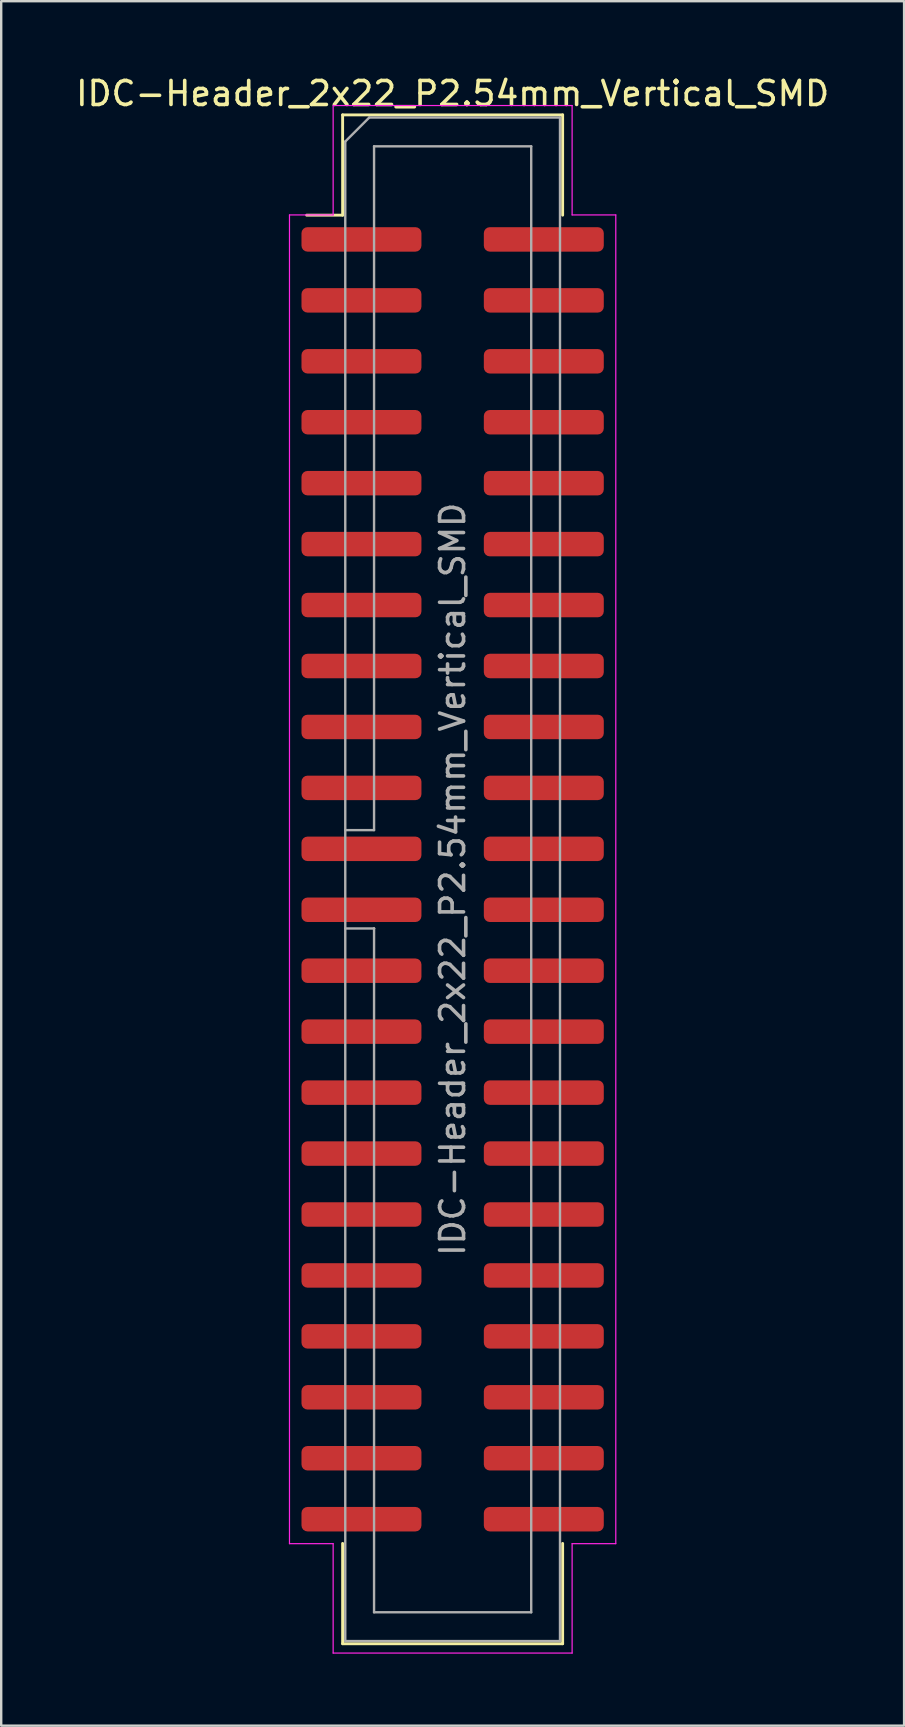
<source format=kicad_pcb>
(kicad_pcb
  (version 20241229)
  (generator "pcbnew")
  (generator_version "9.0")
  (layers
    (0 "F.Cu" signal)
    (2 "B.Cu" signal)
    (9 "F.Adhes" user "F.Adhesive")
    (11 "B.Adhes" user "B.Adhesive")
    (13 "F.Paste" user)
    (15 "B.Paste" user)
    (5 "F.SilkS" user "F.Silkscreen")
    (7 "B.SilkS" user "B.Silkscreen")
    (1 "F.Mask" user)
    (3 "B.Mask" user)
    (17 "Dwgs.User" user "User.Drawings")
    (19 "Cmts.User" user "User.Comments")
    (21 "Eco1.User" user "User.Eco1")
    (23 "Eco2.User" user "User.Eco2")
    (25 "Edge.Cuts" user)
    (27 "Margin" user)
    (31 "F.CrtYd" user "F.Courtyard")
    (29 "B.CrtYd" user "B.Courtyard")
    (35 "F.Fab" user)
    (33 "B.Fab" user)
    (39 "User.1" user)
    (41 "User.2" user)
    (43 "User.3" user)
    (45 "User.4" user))
  (footprint "IDC-Header_2x22_P2.54mm_Vertical_SMD"
    (layer "F.Cu")
    (at 15.815 33.598)
    (property "Reference" "IDC-Header_2x22_P2.54mm_Vertical_SMD" (at 0 -32.75 0) (layer "F.SilkS") (effects (font (size 1 1) (thickness 0.15))))
    (attr smd)
    (fp_line (start -4.585 -31.86) (end 4.585 -31.86) (stroke (width 0.12) (type solid)) (layer "F.SilkS"))
    (fp_line (start -4.585 -27.68) (end -6.085 -27.68) (stroke (width 0.12) (type solid)) (layer "F.SilkS"))
    (fp_line (start -4.585 -27.68) (end -4.585 -31.86) (stroke (width 0.12) (type solid)) (layer "F.SilkS"))
    (fp_line (start -4.585 27.68) (end -4.585 31.86) (stroke (width 0.12) (type solid)) (layer "F.SilkS"))
    (fp_line (start -4.585 31.86) (end 4.585 31.86) (stroke (width 0.12) (type solid)) (layer "F.SilkS"))
    (fp_line (start 4.585 -31.86) (end 4.585 -27.68) (stroke (width 0.12) (type solid)) (layer "F.SilkS"))
    (fp_line (start 4.585 31.86) (end 4.585 27.68) (stroke (width 0.12) (type solid)) (layer "F.SilkS"))
    (fp_line (start -6.8 -27.69) (end -6.8 27.69) (stroke (width 0.05) (type solid)) (layer "F.CrtYd"))
    (fp_line (start -6.8 27.69) (end -4.98 27.69) (stroke (width 0.05) (type solid)) (layer "F.CrtYd"))
    (fp_line (start -4.98 -32.25) (end -4.98 -27.69) (stroke (width 0.05) (type solid)) (layer "F.CrtYd"))
    (fp_line (start -4.98 -27.69) (end -6.8 -27.69) (stroke (width 0.05) (type solid)) (layer "F.CrtYd"))
    (fp_line (start -4.98 27.69) (end -4.98 32.25) (stroke (width 0.05) (type solid)) (layer "F.CrtYd"))
    (fp_line (start -4.98 32.25) (end 4.98 32.25) (stroke (width 0.05) (type solid)) (layer "F.CrtYd"))
    (fp_line (start 4.98 -32.25) (end -4.98 -32.25) (stroke (width 0.05) (type solid)) (layer "F.CrtYd"))
    (fp_line (start 4.98 -27.69) (end 4.98 -32.25) (stroke (width 0.05) (type solid)) (layer "F.CrtYd"))
    (fp_line (start 4.98 27.69) (end 6.8 27.69) (stroke (width 0.05) (type solid)) (layer "F.CrtYd"))
    (fp_line (start 4.98 32.25) (end 4.98 27.69) (stroke (width 0.05) (type solid)) (layer "F.CrtYd"))
    (fp_line (start 6.8 -27.69) (end 4.98 -27.69) (stroke (width 0.05) (type solid)) (layer "F.CrtYd"))
    (fp_line (start 6.8 27.69) (end 6.8 -27.69) (stroke (width 0.05) (type solid)) (layer "F.CrtYd"))
    (fp_line (start -4.475 -30.75) (end -3.475 -31.75) (stroke (width 0.1) (type solid)) (layer "F.Fab"))
    (fp_line (start -4.475 -2.05) (end -3.275 -2.05) (stroke (width 0.1) (type solid)) (layer "F.Fab"))
    (fp_line (start -4.475 31.75) (end -4.475 -30.75) (stroke (width 0.1) (type solid)) (layer "F.Fab"))
    (fp_line (start -3.475 -31.75) (end 4.475 -31.75) (stroke (width 0.1) (type solid)) (layer "F.Fab"))
    (fp_line (start -3.275 -30.55) (end 3.275 -30.55) (stroke (width 0.1) (type solid)) (layer "F.Fab"))
    (fp_line (start -3.275 -2.05) (end -3.275 -30.55) (stroke (width 0.1) (type solid)) (layer "F.Fab"))
    (fp_line (start -3.275 2.05) (end -4.475 2.05) (stroke (width 0.1) (type solid)) (layer "F.Fab"))
    (fp_line (start -3.275 2.05) (end -3.275 2.05) (stroke (width 0.1) (type solid)) (layer "F.Fab"))
    (fp_line (start -3.275 30.55) (end -3.275 2.05) (stroke (width 0.1) (type solid)) (layer "F.Fab"))
    (fp_line (start 3.275 -30.55) (end 3.275 30.55) (stroke (width 0.1) (type solid)) (layer "F.Fab"))
    (fp_line (start 3.275 30.55) (end -3.275 30.55) (stroke (width 0.1) (type solid)) (layer "F.Fab"))
    (fp_line (start 4.475 -31.75) (end 4.475 31.75) (stroke (width 0.1) (type solid)) (layer "F.Fab"))
    (fp_line (start 4.475 31.75) (end -4.475 31.75) (stroke (width 0.1) (type solid)) (layer "F.Fab"))
    (fp_text user "${REFERENCE}" (at 0 0 90) (layer "F.Fab") (effects (font (size 1 1) (thickness 0.15))))
    (pad "1" smd roundrect (at -3.8 -26.67) (size 5 1.02) (layers "F.Cu" "F.Mask" "F.Paste") (roundrect_rratio 0.245))
    (pad "2" smd roundrect (at 3.8 -26.67) (size 5 1.02) (layers "F.Cu" "F.Mask" "F.Paste") (roundrect_rratio 0.245))
    (pad "3" smd roundrect (at -3.8 -24.13) (size 5 1.02) (layers "F.Cu" "F.Mask" "F.Paste") (roundrect_rratio 0.245))
    (pad "4" smd roundrect (at 3.8 -24.13) (size 5 1.02) (layers "F.Cu" "F.Mask" "F.Paste") (roundrect_rratio 0.245))
    (pad "5" smd roundrect (at -3.8 -21.59) (size 5 1.02) (layers "F.Cu" "F.Mask" "F.Paste") (roundrect_rratio 0.245))
    (pad "6" smd roundrect (at 3.8 -21.59) (size 5 1.02) (layers "F.Cu" "F.Mask" "F.Paste") (roundrect_rratio 0.245))
    (pad "7" smd roundrect (at -3.8 -19.05) (size 5 1.02) (layers "F.Cu" "F.Mask" "F.Paste") (roundrect_rratio 0.245))
    (pad "8" smd roundrect (at 3.8 -19.05) (size 5 1.02) (layers "F.Cu" "F.Mask" "F.Paste") (roundrect_rratio 0.245))
    (pad "9" smd roundrect (at -3.8 -16.51) (size 5 1.02) (layers "F.Cu" "F.Mask" "F.Paste") (roundrect_rratio 0.245))
    (pad "10" smd roundrect (at 3.8 -16.51) (size 5 1.02) (layers "F.Cu" "F.Mask" "F.Paste") (roundrect_rratio 0.245))
    (pad "11" smd roundrect (at -3.8 -13.97) (size 5 1.02) (layers "F.Cu" "F.Mask" "F.Paste") (roundrect_rratio 0.245))
    (pad "12" smd roundrect (at 3.8 -13.97) (size 5 1.02) (layers "F.Cu" "F.Mask" "F.Paste") (roundrect_rratio 0.245))
    (pad "13" smd roundrect (at -3.8 -11.43) (size 5 1.02) (layers "F.Cu" "F.Mask" "F.Paste") (roundrect_rratio 0.245))
    (pad "14" smd roundrect (at 3.8 -11.43) (size 5 1.02) (layers "F.Cu" "F.Mask" "F.Paste") (roundrect_rratio 0.245))
    (pad "15" smd roundrect (at -3.8 -8.89) (size 5 1.02) (layers "F.Cu" "F.Mask" "F.Paste") (roundrect_rratio 0.245))
    (pad "16" smd roundrect (at 3.8 -8.89) (size 5 1.02) (layers "F.Cu" "F.Mask" "F.Paste") (roundrect_rratio 0.245))
    (pad "17" smd roundrect (at -3.8 -6.35) (size 5 1.02) (layers "F.Cu" "F.Mask" "F.Paste") (roundrect_rratio 0.245))
    (pad "18" smd roundrect (at 3.8 -6.35) (size 5 1.02) (layers "F.Cu" "F.Mask" "F.Paste") (roundrect_rratio 0.245))
    (pad "19" smd roundrect (at -3.8 -3.81) (size 5 1.02) (layers "F.Cu" "F.Mask" "F.Paste") (roundrect_rratio 0.245))
    (pad "20" smd roundrect (at 3.8 -3.81) (size 5 1.02) (layers "F.Cu" "F.Mask" "F.Paste") (roundrect_rratio 0.245))
    (pad "21" smd roundrect (at -3.8 -1.27) (size 5 1.02) (layers "F.Cu" "F.Mask" "F.Paste") (roundrect_rratio 0.245))
    (pad "22" smd roundrect (at 3.8 -1.27) (size 5 1.02) (layers "F.Cu" "F.Mask" "F.Paste") (roundrect_rratio 0.245))
    (pad "23" smd roundrect (at -3.8 1.27) (size 5 1.02) (layers "F.Cu" "F.Mask" "F.Paste") (roundrect_rratio 0.245))
    (pad "24" smd roundrect (at 3.8 1.27) (size 5 1.02) (layers "F.Cu" "F.Mask" "F.Paste") (roundrect_rratio 0.245))
    (pad "25" smd roundrect (at -3.8 3.81) (size 5 1.02) (layers "F.Cu" "F.Mask" "F.Paste") (roundrect_rratio 0.245))
    (pad "26" smd roundrect (at 3.8 3.81) (size 5 1.02) (layers "F.Cu" "F.Mask" "F.Paste") (roundrect_rratio 0.245))
    (pad "27" smd roundrect (at -3.8 6.35) (size 5 1.02) (layers "F.Cu" "F.Mask" "F.Paste") (roundrect_rratio 0.245))
    (pad "28" smd roundrect (at 3.8 6.35) (size 5 1.02) (layers "F.Cu" "F.Mask" "F.Paste") (roundrect_rratio 0.245))
    (pad "29" smd roundrect (at -3.8 8.89) (size 5 1.02) (layers "F.Cu" "F.Mask" "F.Paste") (roundrect_rratio 0.245))
    (pad "30" smd roundrect (at 3.8 8.89) (size 5 1.02) (layers "F.Cu" "F.Mask" "F.Paste") (roundrect_rratio 0.245))
    (pad "31" smd roundrect (at -3.8 11.43) (size 5 1.02) (layers "F.Cu" "F.Mask" "F.Paste") (roundrect_rratio 0.245))
    (pad "32" smd roundrect (at 3.8 11.43) (size 5 1.02) (layers "F.Cu" "F.Mask" "F.Paste") (roundrect_rratio 0.245))
    (pad "33" smd roundrect (at -3.8 13.97) (size 5 1.02) (layers "F.Cu" "F.Mask" "F.Paste") (roundrect_rratio 0.245))
    (pad "34" smd roundrect (at 3.8 13.97) (size 5 1.02) (layers "F.Cu" "F.Mask" "F.Paste") (roundrect_rratio 0.245))
    (pad "35" smd roundrect (at -3.8 16.51) (size 5 1.02) (layers "F.Cu" "F.Mask" "F.Paste") (roundrect_rratio 0.245))
    (pad "36" smd roundrect (at 3.8 16.51) (size 5 1.02) (layers "F.Cu" "F.Mask" "F.Paste") (roundrect_rratio 0.245))
    (pad "37" smd roundrect (at -3.8 19.05) (size 5 1.02) (layers "F.Cu" "F.Mask" "F.Paste") (roundrect_rratio 0.245))
    (pad "38" smd roundrect (at 3.8 19.05) (size 5 1.02) (layers "F.Cu" "F.Mask" "F.Paste") (roundrect_rratio 0.245))
    (pad "39" smd roundrect (at -3.8 21.59) (size 5 1.02) (layers "F.Cu" "F.Mask" "F.Paste") (roundrect_rratio 0.245))
    (pad "40" smd roundrect (at 3.8 21.59) (size 5 1.02) (layers "F.Cu" "F.Mask" "F.Paste") (roundrect_rratio 0.245))
    (pad "41" smd roundrect (at -3.8 24.13) (size 5 1.02) (layers "F.Cu" "F.Mask" "F.Paste") (roundrect_rratio 0.245))
    (pad "42" smd roundrect (at 3.8 24.13) (size 5 1.02) (layers "F.Cu" "F.Mask" "F.Paste") (roundrect_rratio 0.245))
    (pad "43" smd roundrect (at -3.8 26.67) (size 5 1.02) (layers "F.Cu" "F.Mask" "F.Paste") (roundrect_rratio 0.245))
    (pad "44" smd roundrect (at 3.8 26.67) (size 5 1.02) (layers "F.Cu" "F.Mask" "F.Paste") (roundrect_rratio 0.245)))
  (gr_rect
    (start -3 -3)
    (end 34.631 68.873)
    (stroke (width 0.1) (type default))
    (fill no)
    (layer "Edge.Cuts")))
</source>
